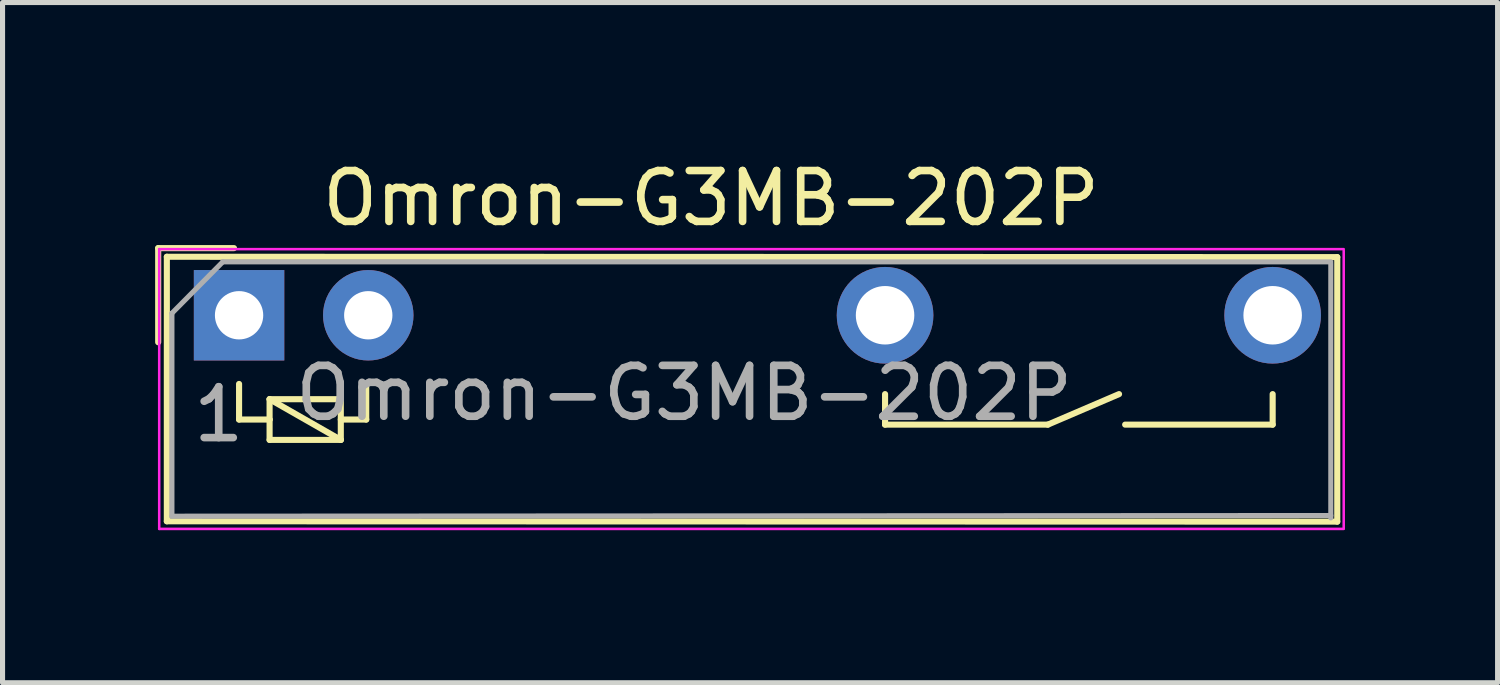
<source format=kicad_pcb>
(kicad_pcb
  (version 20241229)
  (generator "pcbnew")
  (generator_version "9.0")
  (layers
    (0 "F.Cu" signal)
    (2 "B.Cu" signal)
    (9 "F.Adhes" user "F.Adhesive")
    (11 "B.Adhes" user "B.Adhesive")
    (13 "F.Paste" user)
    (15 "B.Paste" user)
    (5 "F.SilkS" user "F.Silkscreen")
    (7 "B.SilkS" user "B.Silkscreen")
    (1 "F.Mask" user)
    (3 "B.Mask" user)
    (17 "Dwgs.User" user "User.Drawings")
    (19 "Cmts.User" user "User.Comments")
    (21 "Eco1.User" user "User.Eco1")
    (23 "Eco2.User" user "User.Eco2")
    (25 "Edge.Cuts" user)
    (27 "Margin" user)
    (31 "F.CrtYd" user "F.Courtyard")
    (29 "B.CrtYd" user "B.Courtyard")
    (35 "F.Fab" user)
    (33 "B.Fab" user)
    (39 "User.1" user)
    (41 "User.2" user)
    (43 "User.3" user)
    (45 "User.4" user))
  (footprint "Omron-G3MB-202P"
    (layer "F.Cu")
    (at 1.65 3.148)
    (property "Reference" "Omron-G3MB-202P" (at 9.28 -2.3 180) (layer "F.SilkS") (effects (font (size 1 1) (thickness 0.15))))
    (attr through_hole)
    (fp_line (start -1.59 -1.32) (end -0.1 -1.32) (stroke (width 0.12) (type solid)) (layer "F.SilkS"))
    (fp_line (start -1.59 0.53) (end -1.59 -1.32) (stroke (width 0.12) (type solid)) (layer "F.SilkS"))
    (fp_line (start -1.42 -1.15) (end -1.42 4.05) (stroke (width 0.12) (type solid)) (layer "F.SilkS"))
    (fp_line (start -1.42 4.05) (end 21.59 4.057) (stroke (width 0.12) (type solid)) (layer "F.SilkS"))
    (fp_line (start 0 1.35) (end 0 2.05) (stroke (width 0.12) (type solid)) (layer "F.SilkS"))
    (fp_line (start 0 2.05) (end 0.6 2.05) (stroke (width 0.12) (type solid)) (layer "F.SilkS"))
    (fp_line (start 0.6 1.65) (end 2 1.65) (stroke (width 0.12) (type solid)) (layer "F.SilkS"))
    (fp_line (start 0.6 1.65) (end 2 2.45) (stroke (width 0.12) (type solid)) (layer "F.SilkS"))
    (fp_line (start 0.6 2.05) (end 0.6 1.65) (stroke (width 0.12) (type solid)) (layer "F.SilkS"))
    (fp_line (start 0.6 2.45) (end 0.6 2.05) (stroke (width 0.12) (type solid)) (layer "F.SilkS"))
    (fp_line (start 2 1.65) (end 2 2.45) (stroke (width 0.12) (type solid)) (layer "F.SilkS"))
    (fp_line (start 2 2.05) (end 2.5 2.05) (stroke (width 0.12) (type solid)) (layer "F.SilkS"))
    (fp_line (start 2 2.45) (end 0.6 2.45) (stroke (width 0.12) (type solid)) (layer "F.SilkS"))
    (fp_line (start 2.5 2.05) (end 2.5 1.35) (stroke (width 0.12) (type solid)) (layer "F.SilkS"))
    (fp_line (start 12.7 2.15) (end 12.7 1.55) (stroke (width 0.12) (type solid)) (layer "F.SilkS"))
    (fp_line (start 15.9 2.15) (end 12.7 2.15) (stroke (width 0.12) (type solid)) (layer "F.SilkS"))
    (fp_line (start 17.3 1.55) (end 15.9 2.15) (stroke (width 0.12) (type solid)) (layer "F.SilkS"))
    (fp_line (start 20.32 1.55) (end 20.32 2.15) (stroke (width 0.12) (type solid)) (layer "F.SilkS"))
    (fp_line (start 20.32 2.15) (end 17.42 2.15) (stroke (width 0.12) (type solid)) (layer "F.SilkS"))
    (fp_line (start 21.59 -1.143) (end -1.42 -1.15) (stroke (width 0.12) (type solid)) (layer "F.SilkS"))
    (fp_line (start 21.59 4.057) (end 21.59 -1.143) (stroke (width 0.12) (type solid)) (layer "F.SilkS"))
    (fp_line (start -1.57 -1.3) (end -1.57 4.2) (stroke (width 0.05) (type solid)) (layer "F.CrtYd"))
    (fp_line (start -1.57 4.2) (end 21.717 4.2) (stroke (width 0.05) (type solid)) (layer "F.CrtYd"))
    (fp_line (start 21.717 -1.3) (end -1.57 -1.3) (stroke (width 0.05) (type solid)) (layer "F.CrtYd"))
    (fp_line (start 21.717 4.191) (end 21.717 -1.27) (stroke (width 0.05) (type solid)) (layer "F.CrtYd"))
    (fp_line (start -1.32 3.95) (end -1.32 -0.04) (stroke (width 0.1) (type solid)) (layer "F.Fab"))
    (fp_line (start -0.32 -1.05) (end -1.32 -0.04) (stroke (width 0.1) (type solid)) (layer "F.Fab"))
    (fp_line (start -0.32 -1.05) (end 21.463 -1.05) (stroke (width 0.1) (type solid)) (layer "F.Fab"))
    (fp_line (start 21.463 -1.016) (end 21.463 3.984) (stroke (width 0.1) (type solid)) (layer "F.Fab"))
    (fp_line (start 21.463 3.937) (end -1.32 3.95) (stroke (width 0.1) (type solid)) (layer "F.Fab"))
    (fp_text user "${REFERENCE}" (at 8.75 1.53 0) (layer "F.Fab") (effects (font (size 1 1) (thickness 0.15))))
    (fp_text user "1" (at -0.4 1.95 0) (layer "F.Fab") (effects (font (size 1 1) (thickness 0.15))))
    (pad "11" thru_hole circle (at 12.7 0) (size 1.9 1.9) (drill 1.15) (layers "*.Cu" "*.Mask"))
    (pad "14" thru_hole circle (at 20.32 0) (size 1.9 1.9) (drill 1.15) (layers "*.Cu" "*.Mask"))
    (pad "A1" thru_hole rect (at 0 0) (size 1.778 1.778) (drill 0.95) (layers "*.Cu" "*.Mask"))
    (pad "A2" thru_hole circle (at 2.54 0) (size 1.778 1.778) (drill 0.95) (layers "*.Cu" "*.Mask")))
  (gr_rect
    (start -3 -3)
    (end 26.392 10.373)
    (stroke (width 0.1) (type default))
    (fill no)
    (layer "Edge.Cuts")))
</source>
